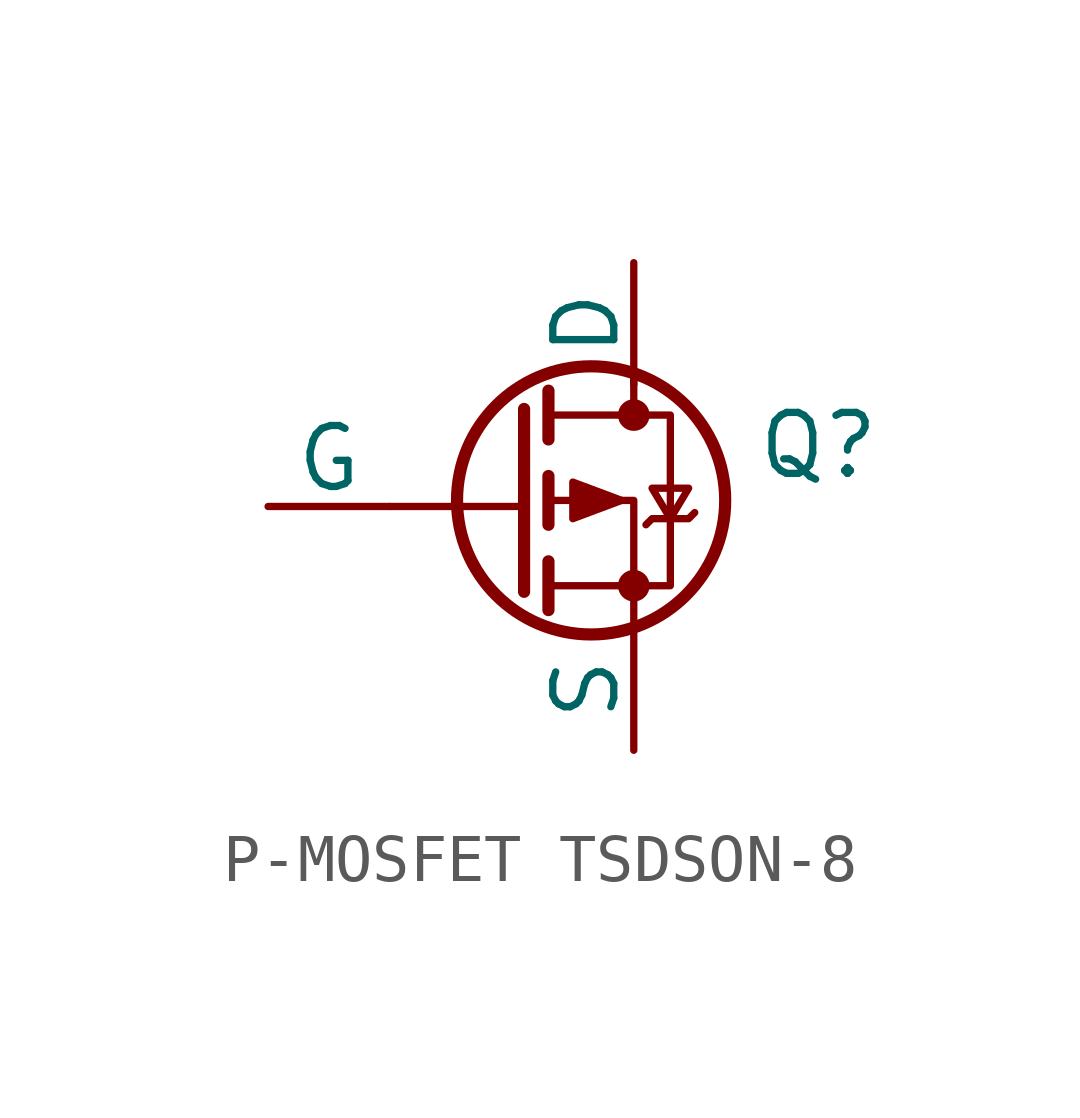
<source format=kicad_sym>
(kicad_symbol_lib
  (version 20241209)
  (generator "kicad_symbol_editor")
  (generator_version "9.0")
  (symbol "P-MOSFET TSDSON-8"
    (pin_numbers
      (hide yes))
    (pin_names
      (offset 0))
    (property "Reference" "Q"
      (at 5.08 1.27 0)
      (effects (font (size 1.27 1.27)) (justify left)))
    (property "Value" ""
      (at 5.08 -1.27 0)
      (effects (font (size 1.27 1.27)) (justify left)))
    (symbol "P-MOSFET TSDSON-8_0_1"
      (polyline (pts (xy 0.254 2.032) (xy 0.254 -1.778)) (stroke (width 0.254) (type default)) (fill (type none)))
      (polyline (pts (xy 0.254 0) (xy -2.54 0)) (stroke (width 0) (type default)) (fill (type none)))
      (polyline (pts (xy 0.762 2.413) (xy 0.762 1.397)) (stroke (width 0.254) (type default)) (fill (type none)))
      (polyline (pts (xy 0.762 1.905) (xy 3.302 1.905) (xy 3.302 -1.651) (xy 0.762 -1.651)) (stroke (width 0) (type default)) (fill (type none)))
      (polyline (pts (xy 0.762 0.635) (xy 0.762 -0.381)) (stroke (width 0.254) (type default)) (fill (type none)))
      (polyline (pts (xy 0.762 -1.143) (xy 0.762 -2.159)) (stroke (width 0.254) (type default)) (fill (type none)))
      (circle (center 1.651 0.127) (radius 2.794) (stroke (width 0.254) (type default)) (fill (type none)))
      (polyline (pts (xy 2.286 0.127) (xy 1.27 0.508) (xy 1.27 -0.254) (xy 2.286 0.127)) (stroke (width 0) (type default)) (fill (type outline)))
      (polyline (pts (xy 2.54 2.667) (xy 2.54 1.905)) (stroke (width 0) (type default)) (fill (type none)))
      (circle (center 2.54 1.905) (radius 0.254) (stroke (width 0) (type default)) (fill (type outline)))
      (circle (center 2.54 -1.651) (radius 0.254) (stroke (width 0) (type default)) (fill (type outline)))
      (polyline (pts (xy 2.54 -2.413) (xy 2.54 0.127) (xy 0.762 0.127)) (stroke (width 0) (type default)) (fill (type none)))
      (polyline (pts (xy 2.794 -0.381) (xy 2.921 -0.254) (xy 3.683 -0.254) (xy 3.81 -0.127)) (stroke (width 0) (type default)) (fill (type none)))
      (polyline (pts (xy 3.302 -0.254) (xy 2.921 0.381) (xy 3.683 0.381) (xy 3.302 -0.254)) (stroke (width 0) (type default)) (fill (type none))))
    (symbol "P-MOSFET TSDSON-8_1_1"
      (pin input line (at -5.08 0 0) (length 2.54) (name "G" (effects (font (size 1.27 1.27)))) (number "4" (effects (font (size 1.27 1.27)))))
      (pin passive line (at 2.54 5.08 270) (length 2.54) (name "D" (effects (font (size 1.27 1.27)))) (number "5" (effects (font (size 1.27 1.27)))))
      (pin passive line (at 2.54 5.08 270) (length 2.54) (hide yes) (name "D" (effects (font (size 1.27 1.27)))) (number "6" (effects (font (size 1.27 1.27)))))
      (pin passive line (at 2.54 5.08 270) (length 2.54) (hide yes) (name "D" (effects (font (size 1.27 1.27)))) (number "7" (effects (font (size 1.27 1.27)))))
      (pin passive line (at 2.54 5.08 270) (length 2.54) (hide yes) (name "D" (effects (font (size 1.27 1.27)))) (number "8" (effects (font (size 1.27 1.27)))))
      (pin passive line (at 2.54 5.08 270) (length 2.54) (hide yes) (name "D" (effects (font (size 1.27 1.27)))) (number "9" (effects (font (size 1.27 1.27)))))
      (pin passive line (at 2.54 -5.08 90) (length 2.54) (name "S" (effects (font (size 1.27 1.27)))) (number "1" (effects (font (size 1.27 1.27)))))
      (pin passive line (at 2.54 -5.08 90) (length 2.54) (hide yes) (name "S" (effects (font (size 1.27 1.27)))) (number "10" (effects (font (size 1.27 1.27)))))
      (pin passive line (at 2.54 -5.08 90) (length 2.54) (hide yes) (name "S" (effects (font (size 1.27 1.27)))) (number "11" (effects (font (size 1.27 1.27)))))
      (pin passive line (at 2.54 -5.08 90) (length 2.54) (hide yes) (name "S" (effects (font (size 1.27 1.27)))) (number "2" (effects (font (size 1.27 1.27)))))
      (pin passive line (at 2.54 -5.08 90) (length 2.54) (hide yes) (name "S" (effects (font (size 1.27 1.27)))) (number "3" (effects (font (size 1.27 1.27))))))))
</source>
